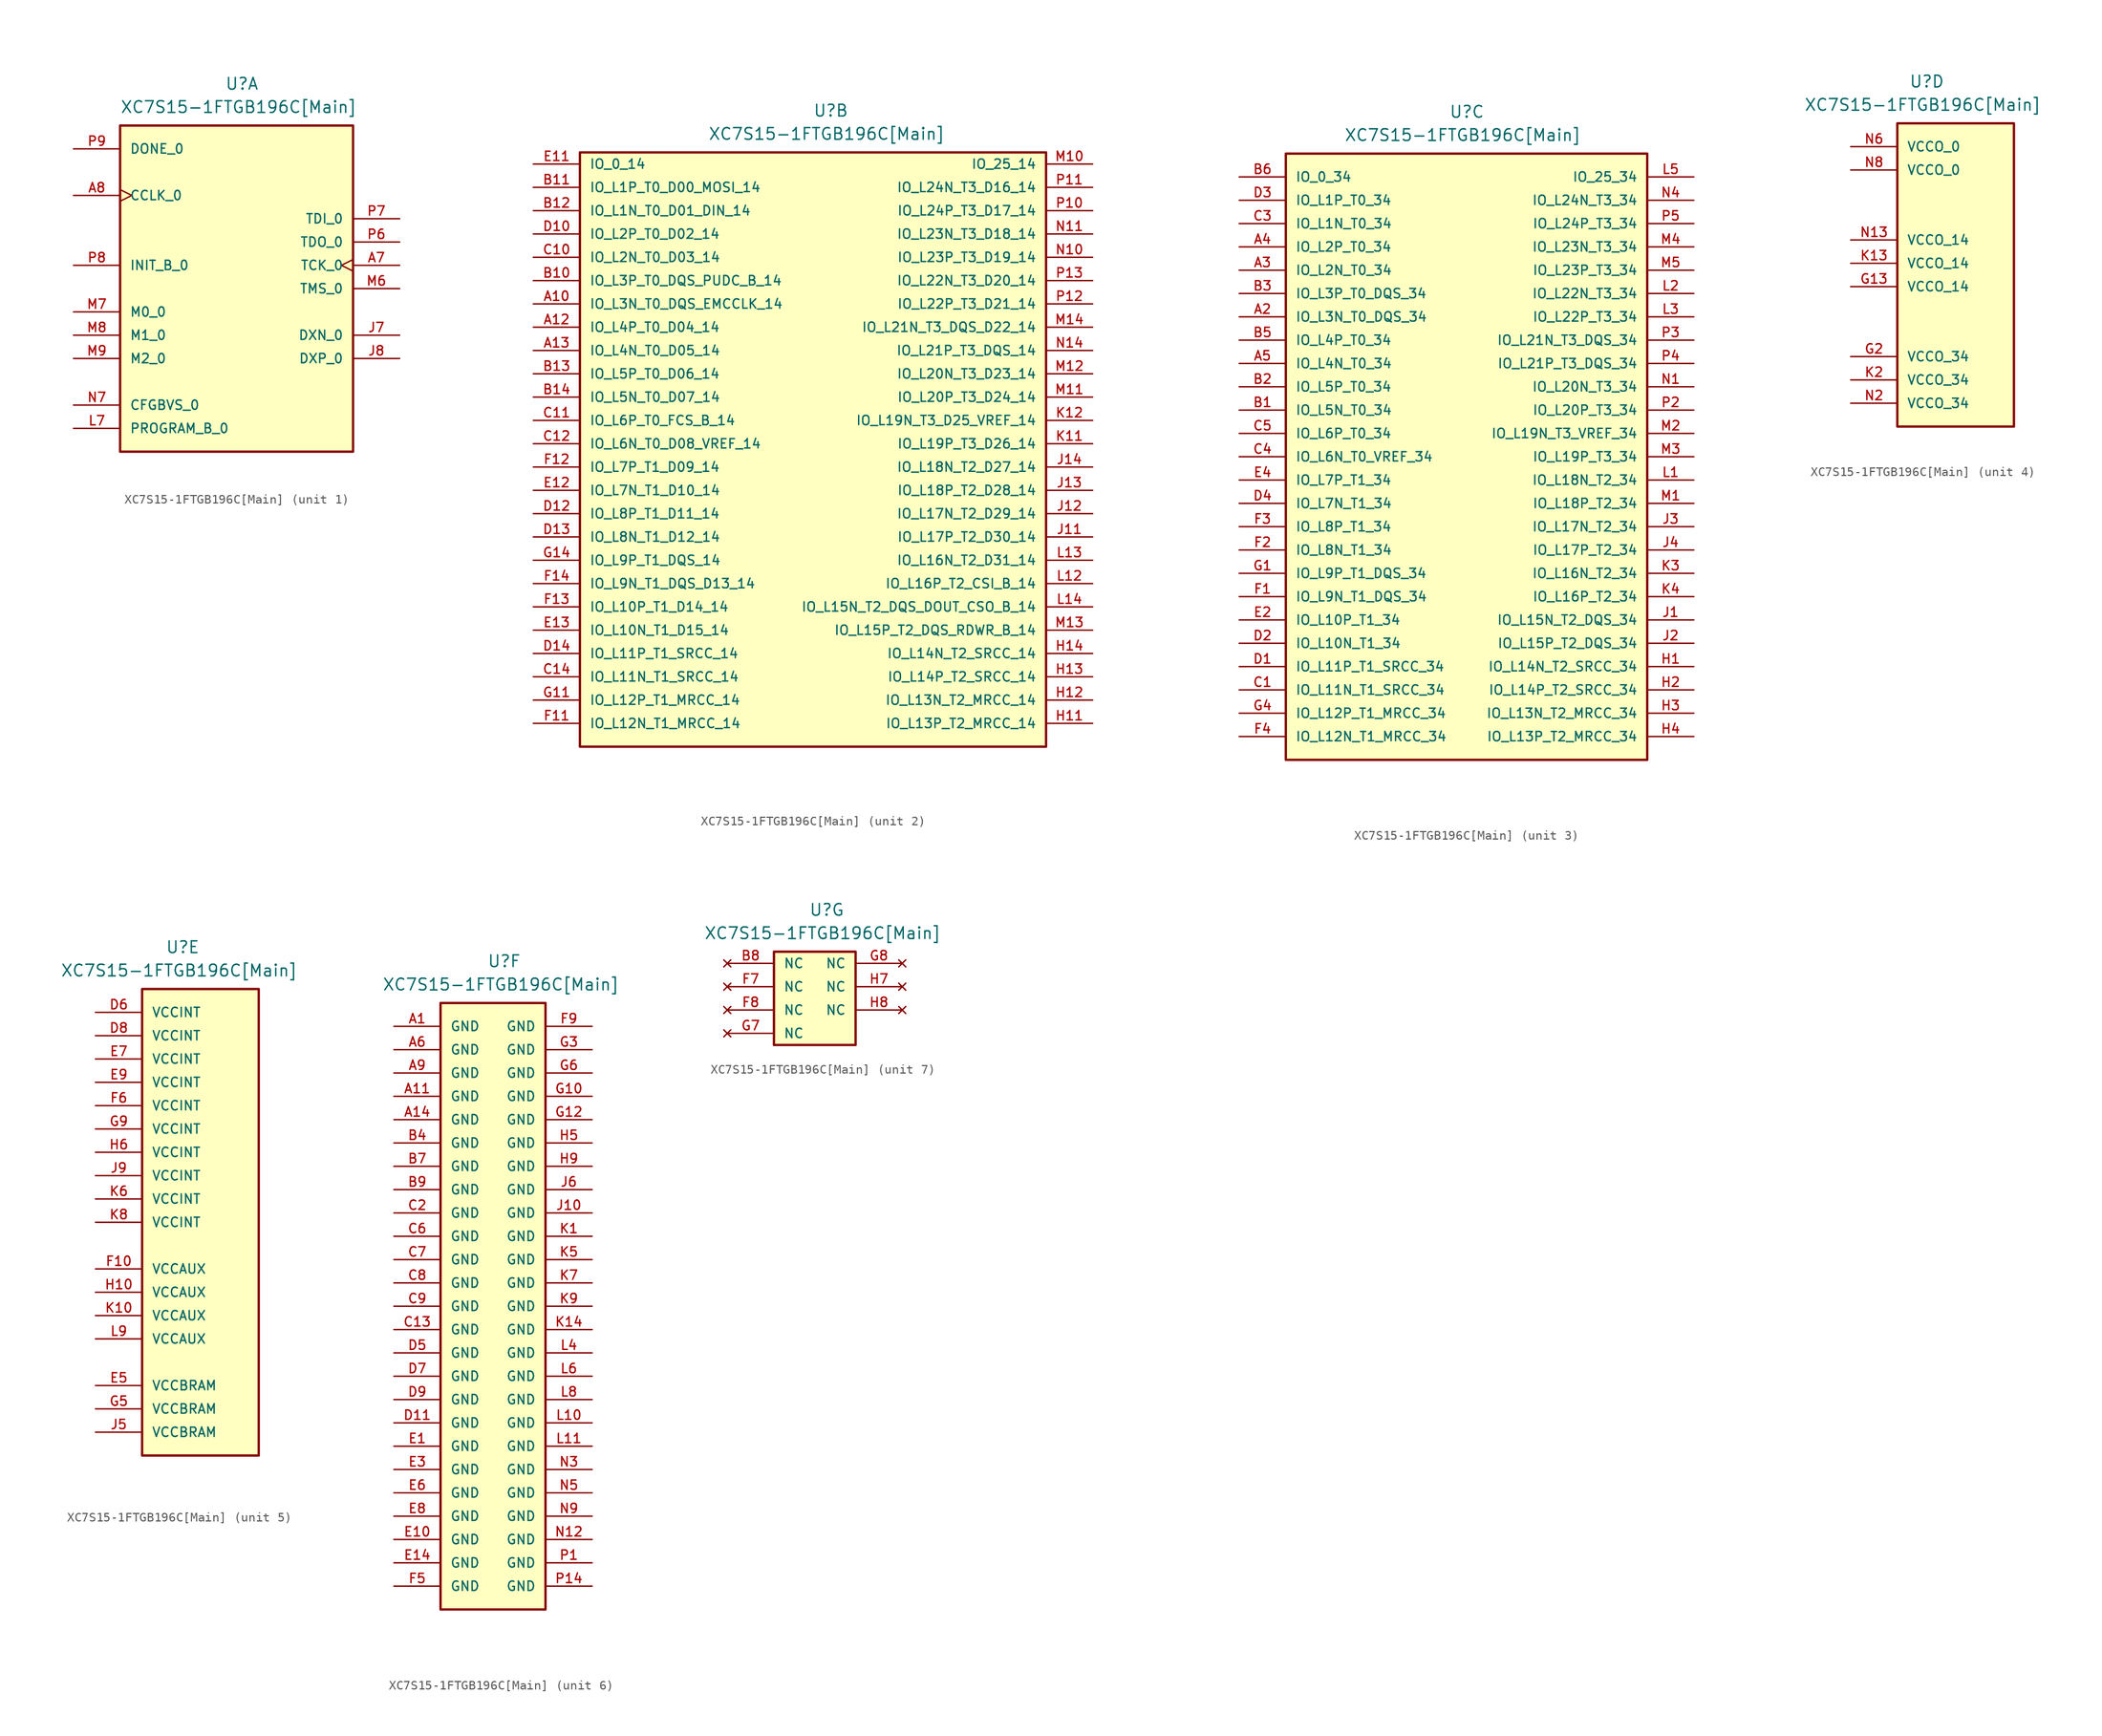
<source format=kicad_sym>
(kicad_symbol_lib
  (version 20211014)
  (generator kicad_symbol_editor)
  (symbol "XC7S15-1FTGB196C[Main]"
    (pin_names
      (offset 1.016))
    (property "Reference" "U"
      (at -1.27 36.83 0)
      (effects (font (size 1.27 1.27)) (justify left bottom)))
    (property "Value" "XC7S15-1FTGB196C[Main]"
      (at -12.7 34.29 0)
      (effects (font (size 1.27 1.27)) (justify left bottom)))
    (property "ki_locked" ""
      (at 0 0 0)
      (effects (font (size 1.27 1.27))))
    (symbol "XC7S15-1FTGB196C[Main]_1_0"
      (rectangle (start -12.7 -2.54) (end 12.7 33.02) (stroke (width 0.254) (type default) (color 0 0 0 0)) (fill (type background)))
      (pin input clock (at 17.78 17.78 180) (length 5.08) (name "TCK_0" (effects (font (size 1.016 1.016)))) (number "A7" (effects (font (size 1.016 1.016)))))
      (pin bidirectional clock (at -17.78 25.4 0) (length 5.08) (name "CCLK_0" (effects (font (size 1.016 1.016)))) (number "A8" (effects (font (size 1.016 1.016)))))
      (pin bidirectional line (at 17.78 10.16 180) (length 5.08) (name "DXN_0" (effects (font (size 1.016 1.016)))) (number "J7" (effects (font (size 1.016 1.016)))))
      (pin bidirectional line (at 17.78 7.62 180) (length 5.08) (name "DXP_0" (effects (font (size 1.016 1.016)))) (number "J8" (effects (font (size 1.016 1.016)))))
      (pin bidirectional line (at -17.78 0 0) (length 5.08) (name "PROGRAM_B_0" (effects (font (size 1.016 1.016)))) (number "L7" (effects (font (size 1.016 1.016)))))
      (pin input line (at 17.78 15.24 180) (length 5.08) (name "TMS_0" (effects (font (size 1.016 1.016)))) (number "M6" (effects (font (size 1.016 1.016)))))
      (pin bidirectional line (at -17.78 12.7 0) (length 5.08) (name "M0_0" (effects (font (size 1.016 1.016)))) (number "M7" (effects (font (size 1.016 1.016)))))
      (pin bidirectional line (at -17.78 10.16 0) (length 5.08) (name "M1_0" (effects (font (size 1.016 1.016)))) (number "M8" (effects (font (size 1.016 1.016)))))
      (pin bidirectional line (at -17.78 7.62 0) (length 5.08) (name "M2_0" (effects (font (size 1.016 1.016)))) (number "M9" (effects (font (size 1.016 1.016)))))
      (pin bidirectional line (at -17.78 2.54 0) (length 5.08) (name "CFGBVS_0" (effects (font (size 1.016 1.016)))) (number "N7" (effects (font (size 1.016 1.016)))))
      (pin output line (at 17.78 20.32 180) (length 5.08) (name "TDO_0" (effects (font (size 1.016 1.016)))) (number "P6" (effects (font (size 1.016 1.016)))))
      (pin input line (at 17.78 22.86 180) (length 5.08) (name "TDI_0" (effects (font (size 1.016 1.016)))) (number "P7" (effects (font (size 1.016 1.016)))))
      (pin bidirectional line (at -17.78 17.78 0) (length 5.08) (name "INIT_B_0" (effects (font (size 1.016 1.016)))) (number "P8" (effects (font (size 1.016 1.016)))))
      (pin bidirectional line (at -17.78 30.48 0) (length 5.08) (name "DONE_0" (effects (font (size 1.016 1.016)))) (number "P9" (effects (font (size 1.016 1.016))))))
    (symbol "XC7S15-1FTGB196C[Main]_2_0"
      (rectangle (start -26.67 33.02) (end 24.13 -31.75) (stroke (width 0.254) (type default) (color 0 0 0 0)) (fill (type background)))
      (pin bidirectional line (at -31.75 16.51 0) (length 5.08) (name "IO_L3N_T0_DQS_EMCCLK_14" (effects (font (size 1.016 1.016)))) (number "A10" (effects (font (size 1.016 1.016)))))
      (pin bidirectional line (at -31.75 13.97 0) (length 5.08) (name "IO_L4P_T0_D04_14" (effects (font (size 1.016 1.016)))) (number "A12" (effects (font (size 1.016 1.016)))))
      (pin bidirectional line (at -31.75 11.43 0) (length 5.08) (name "IO_L4N_T0_D05_14" (effects (font (size 1.016 1.016)))) (number "A13" (effects (font (size 1.016 1.016)))))
      (pin bidirectional line (at -31.75 19.05 0) (length 5.08) (name "IO_L3P_T0_DQS_PUDC_B_14" (effects (font (size 1.016 1.016)))) (number "B10" (effects (font (size 1.016 1.016)))))
      (pin bidirectional line (at -31.75 29.21 0) (length 5.08) (name "IO_L1P_T0_D00_MOSI_14" (effects (font (size 1.016 1.016)))) (number "B11" (effects (font (size 1.016 1.016)))))
      (pin bidirectional line (at -31.75 26.67 0) (length 5.08) (name "IO_L1N_T0_D01_DIN_14" (effects (font (size 1.016 1.016)))) (number "B12" (effects (font (size 1.016 1.016)))))
      (pin bidirectional line (at -31.75 8.89 0) (length 5.08) (name "IO_L5P_T0_D06_14" (effects (font (size 1.016 1.016)))) (number "B13" (effects (font (size 1.016 1.016)))))
      (pin bidirectional line (at -31.75 6.35 0) (length 5.08) (name "IO_L5N_T0_D07_14" (effects (font (size 1.016 1.016)))) (number "B14" (effects (font (size 1.016 1.016)))))
      (pin bidirectional line (at -31.75 21.59 0) (length 5.08) (name "IO_L2N_T0_D03_14" (effects (font (size 1.016 1.016)))) (number "C10" (effects (font (size 1.016 1.016)))))
      (pin bidirectional line (at -31.75 3.81 0) (length 5.08) (name "IO_L6P_T0_FCS_B_14" (effects (font (size 1.016 1.016)))) (number "C11" (effects (font (size 1.016 1.016)))))
      (pin bidirectional line (at -31.75 1.27 0) (length 5.08) (name "IO_L6N_T0_D08_VREF_14" (effects (font (size 1.016 1.016)))) (number "C12" (effects (font (size 1.016 1.016)))))
      (pin bidirectional line (at -31.75 -24.13 0) (length 5.08) (name "IO_L11N_T1_SRCC_14" (effects (font (size 1.016 1.016)))) (number "C14" (effects (font (size 1.016 1.016)))))
      (pin bidirectional line (at -31.75 24.13 0) (length 5.08) (name "IO_L2P_T0_D02_14" (effects (font (size 1.016 1.016)))) (number "D10" (effects (font (size 1.016 1.016)))))
      (pin bidirectional line (at -31.75 -6.35 0) (length 5.08) (name "IO_L8P_T1_D11_14" (effects (font (size 1.016 1.016)))) (number "D12" (effects (font (size 1.016 1.016)))))
      (pin bidirectional line (at -31.75 -8.89 0) (length 5.08) (name "IO_L8N_T1_D12_14" (effects (font (size 1.016 1.016)))) (number "D13" (effects (font (size 1.016 1.016)))))
      (pin bidirectional line (at -31.75 -21.59 0) (length 5.08) (name "IO_L11P_T1_SRCC_14" (effects (font (size 1.016 1.016)))) (number "D14" (effects (font (size 1.016 1.016)))))
      (pin bidirectional line (at -31.75 31.75 0) (length 5.08) (name "IO_0_14" (effects (font (size 1.016 1.016)))) (number "E11" (effects (font (size 1.016 1.016)))))
      (pin bidirectional line (at -31.75 -3.81 0) (length 5.08) (name "IO_L7N_T1_D10_14" (effects (font (size 1.016 1.016)))) (number "E12" (effects (font (size 1.016 1.016)))))
      (pin bidirectional line (at -31.75 -19.05 0) (length 5.08) (name "IO_L10N_T1_D15_14" (effects (font (size 1.016 1.016)))) (number "E13" (effects (font (size 1.016 1.016)))))
      (pin bidirectional line (at -31.75 -29.21 0) (length 5.08) (name "IO_L12N_T1_MRCC_14" (effects (font (size 1.016 1.016)))) (number "F11" (effects (font (size 1.016 1.016)))))
      (pin bidirectional line (at -31.75 -1.27 0) (length 5.08) (name "IO_L7P_T1_D09_14" (effects (font (size 1.016 1.016)))) (number "F12" (effects (font (size 1.016 1.016)))))
      (pin bidirectional line (at -31.75 -16.51 0) (length 5.08) (name "IO_L10P_T1_D14_14" (effects (font (size 1.016 1.016)))) (number "F13" (effects (font (size 1.016 1.016)))))
      (pin bidirectional line (at -31.75 -13.97 0) (length 5.08) (name "IO_L9N_T1_DQS_D13_14" (effects (font (size 1.016 1.016)))) (number "F14" (effects (font (size 1.016 1.016)))))
      (pin bidirectional line (at -31.75 -26.67 0) (length 5.08) (name "IO_L12P_T1_MRCC_14" (effects (font (size 1.016 1.016)))) (number "G11" (effects (font (size 1.016 1.016)))))
      (pin bidirectional line (at -31.75 -11.43 0) (length 5.08) (name "IO_L9P_T1_DQS_14" (effects (font (size 1.016 1.016)))) (number "G14" (effects (font (size 1.016 1.016)))))
      (pin bidirectional line (at 29.21 -29.21 180) (length 5.08) (name "IO_L13P_T2_MRCC_14" (effects (font (size 1.016 1.016)))) (number "H11" (effects (font (size 1.016 1.016)))))
      (pin bidirectional line (at 29.21 -26.67 180) (length 5.08) (name "IO_L13N_T2_MRCC_14" (effects (font (size 1.016 1.016)))) (number "H12" (effects (font (size 1.016 1.016)))))
      (pin bidirectional line (at 29.21 -24.13 180) (length 5.08) (name "IO_L14P_T2_SRCC_14" (effects (font (size 1.016 1.016)))) (number "H13" (effects (font (size 1.016 1.016)))))
      (pin bidirectional line (at 29.21 -21.59 180) (length 5.08) (name "IO_L14N_T2_SRCC_14" (effects (font (size 1.016 1.016)))) (number "H14" (effects (font (size 1.016 1.016)))))
      (pin bidirectional line (at 29.21 -8.89 180) (length 5.08) (name "IO_L17P_T2_D30_14" (effects (font (size 1.016 1.016)))) (number "J11" (effects (font (size 1.016 1.016)))))
      (pin bidirectional line (at 29.21 -6.35 180) (length 5.08) (name "IO_L17N_T2_D29_14" (effects (font (size 1.016 1.016)))) (number "J12" (effects (font (size 1.016 1.016)))))
      (pin bidirectional line (at 29.21 -3.81 180) (length 5.08) (name "IO_L18P_T2_D28_14" (effects (font (size 1.016 1.016)))) (number "J13" (effects (font (size 1.016 1.016)))))
      (pin bidirectional line (at 29.21 -1.27 180) (length 5.08) (name "IO_L18N_T2_D27_14" (effects (font (size 1.016 1.016)))) (number "J14" (effects (font (size 1.016 1.016)))))
      (pin bidirectional line (at 29.21 1.27 180) (length 5.08) (name "IO_L19P_T3_D26_14" (effects (font (size 1.016 1.016)))) (number "K11" (effects (font (size 1.016 1.016)))))
      (pin bidirectional line (at 29.21 3.81 180) (length 5.08) (name "IO_L19N_T3_D25_VREF_14" (effects (font (size 1.016 1.016)))) (number "K12" (effects (font (size 1.016 1.016)))))
      (pin bidirectional line (at 29.21 -13.97 180) (length 5.08) (name "IO_L16P_T2_CSI_B_14" (effects (font (size 1.016 1.016)))) (number "L12" (effects (font (size 1.016 1.016)))))
      (pin bidirectional line (at 29.21 -11.43 180) (length 5.08) (name "IO_L16N_T2_D31_14" (effects (font (size 1.016 1.016)))) (number "L13" (effects (font (size 1.016 1.016)))))
      (pin bidirectional line (at 29.21 -16.51 180) (length 5.08) (name "IO_L15N_T2_DQS_DOUT_CSO_B_14" (effects (font (size 1.016 1.016)))) (number "L14" (effects (font (size 1.016 1.016)))))
      (pin bidirectional line (at 29.21 31.75 180) (length 5.08) (name "IO_25_14" (effects (font (size 1.016 1.016)))) (number "M10" (effects (font (size 1.016 1.016)))))
      (pin bidirectional line (at 29.21 6.35 180) (length 5.08) (name "IO_L20P_T3_D24_14" (effects (font (size 1.016 1.016)))) (number "M11" (effects (font (size 1.016 1.016)))))
      (pin bidirectional line (at 29.21 8.89 180) (length 5.08) (name "IO_L20N_T3_D23_14" (effects (font (size 1.016 1.016)))) (number "M12" (effects (font (size 1.016 1.016)))))
      (pin bidirectional line (at 29.21 -19.05 180) (length 5.08) (name "IO_L15P_T2_DQS_RDWR_B_14" (effects (font (size 1.016 1.016)))) (number "M13" (effects (font (size 1.016 1.016)))))
      (pin bidirectional line (at 29.21 13.97 180) (length 5.08) (name "IO_L21N_T3_DQS_D22_14" (effects (font (size 1.016 1.016)))) (number "M14" (effects (font (size 1.016 1.016)))))
      (pin bidirectional line (at 29.21 21.59 180) (length 5.08) (name "IO_L23P_T3_D19_14" (effects (font (size 1.016 1.016)))) (number "N10" (effects (font (size 1.016 1.016)))))
      (pin bidirectional line (at 29.21 24.13 180) (length 5.08) (name "IO_L23N_T3_D18_14" (effects (font (size 1.016 1.016)))) (number "N11" (effects (font (size 1.016 1.016)))))
      (pin bidirectional line (at 29.21 11.43 180) (length 5.08) (name "IO_L21P_T3_DQS_14" (effects (font (size 1.016 1.016)))) (number "N14" (effects (font (size 1.016 1.016)))))
      (pin bidirectional line (at 29.21 26.67 180) (length 5.08) (name "IO_L24P_T3_D17_14" (effects (font (size 1.016 1.016)))) (number "P10" (effects (font (size 1.016 1.016)))))
      (pin bidirectional line (at 29.21 29.21 180) (length 5.08) (name "IO_L24N_T3_D16_14" (effects (font (size 1.016 1.016)))) (number "P11" (effects (font (size 1.016 1.016)))))
      (pin bidirectional line (at 29.21 16.51 180) (length 5.08) (name "IO_L22P_T3_D21_14" (effects (font (size 1.016 1.016)))) (number "P12" (effects (font (size 1.016 1.016)))))
      (pin bidirectional line (at 29.21 19.05 180) (length 5.08) (name "IO_L22N_T3_D20_14" (effects (font (size 1.016 1.016)))) (number "P13" (effects (font (size 1.016 1.016))))))
    (symbol "XC7S15-1FTGB196C[Main]_3_0"
      (rectangle (start -19.05 33.02) (end 20.32 -33.02) (stroke (width 0.254) (type default) (color 0 0 0 0)) (fill (type background)))
      (pin bidirectional line (at -24.13 15.24 0) (length 5.08) (name "IO_L3N_T0_DQS_34" (effects (font (size 1.016 1.016)))) (number "A2" (effects (font (size 1.016 1.016)))))
      (pin bidirectional line (at -24.13 20.32 0) (length 5.08) (name "IO_L2N_T0_34" (effects (font (size 1.016 1.016)))) (number "A3" (effects (font (size 1.016 1.016)))))
      (pin bidirectional line (at -24.13 22.86 0) (length 5.08) (name "IO_L2P_T0_34" (effects (font (size 1.016 1.016)))) (number "A4" (effects (font (size 1.016 1.016)))))
      (pin bidirectional line (at -24.13 10.16 0) (length 5.08) (name "IO_L4N_T0_34" (effects (font (size 1.016 1.016)))) (number "A5" (effects (font (size 1.016 1.016)))))
      (pin bidirectional line (at -24.13 5.08 0) (length 5.08) (name "IO_L5N_T0_34" (effects (font (size 1.016 1.016)))) (number "B1" (effects (font (size 1.016 1.016)))))
      (pin bidirectional line (at -24.13 7.62 0) (length 5.08) (name "IO_L5P_T0_34" (effects (font (size 1.016 1.016)))) (number "B2" (effects (font (size 1.016 1.016)))))
      (pin bidirectional line (at -24.13 17.78 0) (length 5.08) (name "IO_L3P_T0_DQS_34" (effects (font (size 1.016 1.016)))) (number "B3" (effects (font (size 1.016 1.016)))))
      (pin bidirectional line (at -24.13 12.7 0) (length 5.08) (name "IO_L4P_T0_34" (effects (font (size 1.016 1.016)))) (number "B5" (effects (font (size 1.016 1.016)))))
      (pin bidirectional line (at -24.13 30.48 0) (length 5.08) (name "IO_0_34" (effects (font (size 1.016 1.016)))) (number "B6" (effects (font (size 1.016 1.016)))))
      (pin bidirectional line (at -24.13 -25.4 0) (length 5.08) (name "IO_L11N_T1_SRCC_34" (effects (font (size 1.016 1.016)))) (number "C1" (effects (font (size 1.016 1.016)))))
      (pin bidirectional line (at -24.13 25.4 0) (length 5.08) (name "IO_L1N_T0_34" (effects (font (size 1.016 1.016)))) (number "C3" (effects (font (size 1.016 1.016)))))
      (pin bidirectional line (at -24.13 0 0) (length 5.08) (name "IO_L6N_T0_VREF_34" (effects (font (size 1.016 1.016)))) (number "C4" (effects (font (size 1.016 1.016)))))
      (pin bidirectional line (at -24.13 2.54 0) (length 5.08) (name "IO_L6P_T0_34" (effects (font (size 1.016 1.016)))) (number "C5" (effects (font (size 1.016 1.016)))))
      (pin bidirectional line (at -24.13 -22.86 0) (length 5.08) (name "IO_L11P_T1_SRCC_34" (effects (font (size 1.016 1.016)))) (number "D1" (effects (font (size 1.016 1.016)))))
      (pin bidirectional line (at -24.13 -20.32 0) (length 5.08) (name "IO_L10N_T1_34" (effects (font (size 1.016 1.016)))) (number "D2" (effects (font (size 1.016 1.016)))))
      (pin bidirectional line (at -24.13 27.94 0) (length 5.08) (name "IO_L1P_T0_34" (effects (font (size 1.016 1.016)))) (number "D3" (effects (font (size 1.016 1.016)))))
      (pin bidirectional line (at -24.13 -5.08 0) (length 5.08) (name "IO_L7N_T1_34" (effects (font (size 1.016 1.016)))) (number "D4" (effects (font (size 1.016 1.016)))))
      (pin bidirectional line (at -24.13 -17.78 0) (length 5.08) (name "IO_L10P_T1_34" (effects (font (size 1.016 1.016)))) (number "E2" (effects (font (size 1.016 1.016)))))
      (pin bidirectional line (at -24.13 -2.54 0) (length 5.08) (name "IO_L7P_T1_34" (effects (font (size 1.016 1.016)))) (number "E4" (effects (font (size 1.016 1.016)))))
      (pin bidirectional line (at -24.13 -15.24 0) (length 5.08) (name "IO_L9N_T1_DQS_34" (effects (font (size 1.016 1.016)))) (number "F1" (effects (font (size 1.016 1.016)))))
      (pin bidirectional line (at -24.13 -10.16 0) (length 5.08) (name "IO_L8N_T1_34" (effects (font (size 1.016 1.016)))) (number "F2" (effects (font (size 1.016 1.016)))))
      (pin bidirectional line (at -24.13 -7.62 0) (length 5.08) (name "IO_L8P_T1_34" (effects (font (size 1.016 1.016)))) (number "F3" (effects (font (size 1.016 1.016)))))
      (pin bidirectional line (at -24.13 -30.48 0) (length 5.08) (name "IO_L12N_T1_MRCC_34" (effects (font (size 1.016 1.016)))) (number "F4" (effects (font (size 1.016 1.016)))))
      (pin bidirectional line (at -24.13 -12.7 0) (length 5.08) (name "IO_L9P_T1_DQS_34" (effects (font (size 1.016 1.016)))) (number "G1" (effects (font (size 1.016 1.016)))))
      (pin bidirectional line (at -24.13 -27.94 0) (length 5.08) (name "IO_L12P_T1_MRCC_34" (effects (font (size 1.016 1.016)))) (number "G4" (effects (font (size 1.016 1.016)))))
      (pin bidirectional line (at 25.4 -22.86 180) (length 5.08) (name "IO_L14N_T2_SRCC_34" (effects (font (size 1.016 1.016)))) (number "H1" (effects (font (size 1.016 1.016)))))
      (pin bidirectional line (at 25.4 -25.4 180) (length 5.08) (name "IO_L14P_T2_SRCC_34" (effects (font (size 1.016 1.016)))) (number "H2" (effects (font (size 1.016 1.016)))))
      (pin bidirectional line (at 25.4 -27.94 180) (length 5.08) (name "IO_L13N_T2_MRCC_34" (effects (font (size 1.016 1.016)))) (number "H3" (effects (font (size 1.016 1.016)))))
      (pin bidirectional line (at 25.4 -30.48 180) (length 5.08) (name "IO_L13P_T2_MRCC_34" (effects (font (size 1.016 1.016)))) (number "H4" (effects (font (size 1.016 1.016)))))
      (pin bidirectional line (at 25.4 -17.78 180) (length 5.08) (name "IO_L15N_T2_DQS_34" (effects (font (size 1.016 1.016)))) (number "J1" (effects (font (size 1.016 1.016)))))
      (pin bidirectional line (at 25.4 -20.32 180) (length 5.08) (name "IO_L15P_T2_DQS_34" (effects (font (size 1.016 1.016)))) (number "J2" (effects (font (size 1.016 1.016)))))
      (pin bidirectional line (at 25.4 -7.62 180) (length 5.08) (name "IO_L17N_T2_34" (effects (font (size 1.016 1.016)))) (number "J3" (effects (font (size 1.016 1.016)))))
      (pin bidirectional line (at 25.4 -10.16 180) (length 5.08) (name "IO_L17P_T2_34" (effects (font (size 1.016 1.016)))) (number "J4" (effects (font (size 1.016 1.016)))))
      (pin bidirectional line (at 25.4 -12.7 180) (length 5.08) (name "IO_L16N_T2_34" (effects (font (size 1.016 1.016)))) (number "K3" (effects (font (size 1.016 1.016)))))
      (pin bidirectional line (at 25.4 -15.24 180) (length 5.08) (name "IO_L16P_T2_34" (effects (font (size 1.016 1.016)))) (number "K4" (effects (font (size 1.016 1.016)))))
      (pin bidirectional line (at 25.4 -2.54 180) (length 5.08) (name "IO_L18N_T2_34" (effects (font (size 1.016 1.016)))) (number "L1" (effects (font (size 1.016 1.016)))))
      (pin bidirectional line (at 25.4 17.78 180) (length 5.08) (name "IO_L22N_T3_34" (effects (font (size 1.016 1.016)))) (number "L2" (effects (font (size 1.016 1.016)))))
      (pin bidirectional line (at 25.4 15.24 180) (length 5.08) (name "IO_L22P_T3_34" (effects (font (size 1.016 1.016)))) (number "L3" (effects (font (size 1.016 1.016)))))
      (pin bidirectional line (at 25.4 30.48 180) (length 5.08) (name "IO_25_34" (effects (font (size 1.016 1.016)))) (number "L5" (effects (font (size 1.016 1.016)))))
      (pin bidirectional line (at 25.4 -5.08 180) (length 5.08) (name "IO_L18P_T2_34" (effects (font (size 1.016 1.016)))) (number "M1" (effects (font (size 1.016 1.016)))))
      (pin bidirectional line (at 25.4 2.54 180) (length 5.08) (name "IO_L19N_T3_VREF_34" (effects (font (size 1.016 1.016)))) (number "M2" (effects (font (size 1.016 1.016)))))
      (pin bidirectional line (at 25.4 0 180) (length 5.08) (name "IO_L19P_T3_34" (effects (font (size 1.016 1.016)))) (number "M3" (effects (font (size 1.016 1.016)))))
      (pin bidirectional line (at 25.4 22.86 180) (length 5.08) (name "IO_L23N_T3_34" (effects (font (size 1.016 1.016)))) (number "M4" (effects (font (size 1.016 1.016)))))
      (pin bidirectional line (at 25.4 20.32 180) (length 5.08) (name "IO_L23P_T3_34" (effects (font (size 1.016 1.016)))) (number "M5" (effects (font (size 1.016 1.016)))))
      (pin bidirectional line (at 25.4 7.62 180) (length 5.08) (name "IO_L20N_T3_34" (effects (font (size 1.016 1.016)))) (number "N1" (effects (font (size 1.016 1.016)))))
      (pin bidirectional line (at 25.4 27.94 180) (length 5.08) (name "IO_L24N_T3_34" (effects (font (size 1.016 1.016)))) (number "N4" (effects (font (size 1.016 1.016)))))
      (pin bidirectional line (at 25.4 5.08 180) (length 5.08) (name "IO_L20P_T3_34" (effects (font (size 1.016 1.016)))) (number "P2" (effects (font (size 1.016 1.016)))))
      (pin bidirectional line (at 25.4 12.7 180) (length 5.08) (name "IO_L21N_T3_DQS_34" (effects (font (size 1.016 1.016)))) (number "P3" (effects (font (size 1.016 1.016)))))
      (pin bidirectional line (at 25.4 10.16 180) (length 5.08) (name "IO_L21P_T3_DQS_34" (effects (font (size 1.016 1.016)))) (number "P4" (effects (font (size 1.016 1.016)))))
      (pin bidirectional line (at 25.4 25.4 180) (length 5.08) (name "IO_L24P_T3_34" (effects (font (size 1.016 1.016)))) (number "P5" (effects (font (size 1.016 1.016))))))
    (symbol "XC7S15-1FTGB196C[Main]_4_0"
      (rectangle (start -2.54 33.02) (end 10.16 0) (stroke (width 0.254) (type default) (color 0 0 0 0)) (fill (type background)))
      (pin power_in line (at -7.62 15.24 0) (length 5.08) (name "VCCO_14" (effects (font (size 1.016 1.016)))) (number "G13" (effects (font (size 1.016 1.016)))))
      (pin power_in line (at -7.62 7.62 0) (length 5.08) (name "VCCO_34" (effects (font (size 1.016 1.016)))) (number "G2" (effects (font (size 1.016 1.016)))))
      (pin power_in line (at -7.62 17.78 0) (length 5.08) (name "VCCO_14" (effects (font (size 1.016 1.016)))) (number "K13" (effects (font (size 1.016 1.016)))))
      (pin power_in line (at -7.62 5.08 0) (length 5.08) (name "VCCO_34" (effects (font (size 1.016 1.016)))) (number "K2" (effects (font (size 1.016 1.016)))))
      (pin power_in line (at -7.62 20.32 0) (length 5.08) (name "VCCO_14" (effects (font (size 1.016 1.016)))) (number "N13" (effects (font (size 1.016 1.016)))))
      (pin power_in line (at -7.62 2.54 0) (length 5.08) (name "VCCO_34" (effects (font (size 1.016 1.016)))) (number "N2" (effects (font (size 1.016 1.016)))))
      (pin power_in line (at -7.62 30.48 0) (length 5.08) (name "VCCO_0" (effects (font (size 1.016 1.016)))) (number "N6" (effects (font (size 1.016 1.016)))))
      (pin power_in line (at -7.62 27.94 0) (length 5.08) (name "VCCO_0" (effects (font (size 1.016 1.016)))) (number "N8" (effects (font (size 1.016 1.016))))))
    (symbol "XC7S15-1FTGB196C[Main]_5_0"
      (rectangle (start -3.81 33.02) (end 8.89 -17.78) (stroke (width 0.254) (type default) (color 0 0 0 0)) (fill (type background)))
      (pin power_in line (at -8.89 30.48 0) (length 5.08) (name "VCCINT" (effects (font (size 1.016 1.016)))) (number "D6" (effects (font (size 1.016 1.016)))))
      (pin power_in line (at -8.89 27.94 0) (length 5.08) (name "VCCINT" (effects (font (size 1.016 1.016)))) (number "D8" (effects (font (size 1.016 1.016)))))
      (pin power_in line (at -8.89 -10.16 0) (length 5.08) (name "VCCBRAM" (effects (font (size 1.016 1.016)))) (number "E5" (effects (font (size 1.016 1.016)))))
      (pin power_in line (at -8.89 25.4 0) (length 5.08) (name "VCCINT" (effects (font (size 1.016 1.016)))) (number "E7" (effects (font (size 1.016 1.016)))))
      (pin power_in line (at -8.89 22.86 0) (length 5.08) (name "VCCINT" (effects (font (size 1.016 1.016)))) (number "E9" (effects (font (size 1.016 1.016)))))
      (pin power_in line (at -8.89 2.54 0) (length 5.08) (name "VCCAUX" (effects (font (size 1.016 1.016)))) (number "F10" (effects (font (size 1.016 1.016)))))
      (pin power_in line (at -8.89 20.32 0) (length 5.08) (name "VCCINT" (effects (font (size 1.016 1.016)))) (number "F6" (effects (font (size 1.016 1.016)))))
      (pin power_in line (at -8.89 -12.7 0) (length 5.08) (name "VCCBRAM" (effects (font (size 1.016 1.016)))) (number "G5" (effects (font (size 1.016 1.016)))))
      (pin power_in line (at -8.89 17.78 0) (length 5.08) (name "VCCINT" (effects (font (size 1.016 1.016)))) (number "G9" (effects (font (size 1.016 1.016)))))
      (pin power_in line (at -8.89 0 0) (length 5.08) (name "VCCAUX" (effects (font (size 1.016 1.016)))) (number "H10" (effects (font (size 1.016 1.016)))))
      (pin power_in line (at -8.89 15.24 0) (length 5.08) (name "VCCINT" (effects (font (size 1.016 1.016)))) (number "H6" (effects (font (size 1.016 1.016)))))
      (pin power_in line (at -8.89 -15.24 0) (length 5.08) (name "VCCBRAM" (effects (font (size 1.016 1.016)))) (number "J5" (effects (font (size 1.016 1.016)))))
      (pin power_in line (at -8.89 12.7 0) (length 5.08) (name "VCCINT" (effects (font (size 1.016 1.016)))) (number "J9" (effects (font (size 1.016 1.016)))))
      (pin power_in line (at -8.89 -2.54 0) (length 5.08) (name "VCCAUX" (effects (font (size 1.016 1.016)))) (number "K10" (effects (font (size 1.016 1.016)))))
      (pin power_in line (at -8.89 10.16 0) (length 5.08) (name "VCCINT" (effects (font (size 1.016 1.016)))) (number "K6" (effects (font (size 1.016 1.016)))))
      (pin power_in line (at -8.89 7.62 0) (length 5.08) (name "VCCINT" (effects (font (size 1.016 1.016)))) (number "K8" (effects (font (size 1.016 1.016)))))
      (pin power_in line (at -8.89 -5.08 0) (length 5.08) (name "VCCAUX" (effects (font (size 1.016 1.016)))) (number "L9" (effects (font (size 1.016 1.016))))))
    (symbol "XC7S15-1FTGB196C[Main]_6_0"
      (rectangle (start -6.35 33.02) (end 5.08 -33.02) (stroke (width 0.254) (type default) (color 0 0 0 0)) (fill (type background))))
    (symbol "XC7S15-1FTGB196C[Main]_6_1"
      (pin power_in line (at -11.43 30.48 0) (length 5.08) (name "GND" (effects (font (size 1.016 1.016)))) (number "A1" (effects (font (size 1.016 1.016)))))
      (pin power_in line (at -11.43 22.86 0) (length 5.08) (name "GND" (effects (font (size 1.016 1.016)))) (number "A11" (effects (font (size 1.016 1.016)))))
      (pin power_in line (at -11.43 20.32 0) (length 5.08) (name "GND" (effects (font (size 1.016 1.016)))) (number "A14" (effects (font (size 1.016 1.016)))))
      (pin power_in line (at -11.43 27.94 0) (length 5.08) (name "GND" (effects (font (size 1.016 1.016)))) (number "A6" (effects (font (size 1.016 1.016)))))
      (pin power_in line (at -11.43 25.4 0) (length 5.08) (name "GND" (effects (font (size 1.016 1.016)))) (number "A9" (effects (font (size 1.016 1.016)))))
      (pin power_in line (at -11.43 17.78 0) (length 5.08) (name "GND" (effects (font (size 1.016 1.016)))) (number "B4" (effects (font (size 1.016 1.016)))))
      (pin power_in line (at -11.43 15.24 0) (length 5.08) (name "GND" (effects (font (size 1.016 1.016)))) (number "B7" (effects (font (size 1.016 1.016)))))
      (pin power_in line (at -11.43 12.7 0) (length 5.08) (name "GND" (effects (font (size 1.016 1.016)))) (number "B9" (effects (font (size 1.016 1.016)))))
      (pin power_in line (at -11.43 -2.54 0) (length 5.08) (name "GND" (effects (font (size 1.016 1.016)))) (number "C13" (effects (font (size 1.016 1.016)))))
      (pin power_in line (at -11.43 10.16 0) (length 5.08) (name "GND" (effects (font (size 1.016 1.016)))) (number "C2" (effects (font (size 1.016 1.016)))))
      (pin power_in line (at -11.43 7.62 0) (length 5.08) (name "GND" (effects (font (size 1.016 1.016)))) (number "C6" (effects (font (size 1.016 1.016)))))
      (pin power_in line (at -11.43 5.08 0) (length 5.08) (name "GND" (effects (font (size 1.016 1.016)))) (number "C7" (effects (font (size 1.016 1.016)))))
      (pin power_in line (at -11.43 2.54 0) (length 5.08) (name "GND" (effects (font (size 1.016 1.016)))) (number "C8" (effects (font (size 1.016 1.016)))))
      (pin power_in line (at -11.43 0 0) (length 5.08) (name "GND" (effects (font (size 1.016 1.016)))) (number "C9" (effects (font (size 1.016 1.016)))))
      (pin power_in line (at -11.43 -12.7 0) (length 5.08) (name "GND" (effects (font (size 1.016 1.016)))) (number "D11" (effects (font (size 1.016 1.016)))))
      (pin power_in line (at -11.43 -5.08 0) (length 5.08) (name "GND" (effects (font (size 1.016 1.016)))) (number "D5" (effects (font (size 1.016 1.016)))))
      (pin power_in line (at -11.43 -7.62 0) (length 5.08) (name "GND" (effects (font (size 1.016 1.016)))) (number "D7" (effects (font (size 1.016 1.016)))))
      (pin power_in line (at -11.43 -10.16 0) (length 5.08) (name "GND" (effects (font (size 1.016 1.016)))) (number "D9" (effects (font (size 1.016 1.016)))))
      (pin power_in line (at -11.43 -15.24 0) (length 5.08) (name "GND" (effects (font (size 1.016 1.016)))) (number "E1" (effects (font (size 1.016 1.016)))))
      (pin power_in line (at -11.43 -25.4 0) (length 5.08) (name "GND" (effects (font (size 1.016 1.016)))) (number "E10" (effects (font (size 1.016 1.016)))))
      (pin power_in line (at -11.43 -27.94 0) (length 5.08) (name "GND" (effects (font (size 1.016 1.016)))) (number "E14" (effects (font (size 1.016 1.016)))))
      (pin power_in line (at -11.43 -17.78 0) (length 5.08) (name "GND" (effects (font (size 1.016 1.016)))) (number "E3" (effects (font (size 1.016 1.016)))))
      (pin power_in line (at -11.43 -20.32 0) (length 5.08) (name "GND" (effects (font (size 1.016 1.016)))) (number "E6" (effects (font (size 1.016 1.016)))))
      (pin power_in line (at -11.43 -22.86 0) (length 5.08) (name "GND" (effects (font (size 1.016 1.016)))) (number "E8" (effects (font (size 1.016 1.016)))))
      (pin power_in line (at -11.43 -30.48 0) (length 5.08) (name "GND" (effects (font (size 1.016 1.016)))) (number "F5" (effects (font (size 1.016 1.016)))))
      (pin power_in line (at 10.16 30.48 180) (length 5.08) (name "GND" (effects (font (size 1.016 1.016)))) (number "F9" (effects (font (size 1.016 1.016)))))
      (pin power_in line (at 10.16 22.86 180) (length 5.08) (name "GND" (effects (font (size 1.016 1.016)))) (number "G10" (effects (font (size 1.016 1.016)))))
      (pin power_in line (at 10.16 20.32 180) (length 5.08) (name "GND" (effects (font (size 1.016 1.016)))) (number "G12" (effects (font (size 1.016 1.016)))))
      (pin power_in line (at 10.16 27.94 180) (length 5.08) (name "GND" (effects (font (size 1.016 1.016)))) (number "G3" (effects (font (size 1.016 1.016)))))
      (pin power_in line (at 10.16 25.4 180) (length 5.08) (name "GND" (effects (font (size 1.016 1.016)))) (number "G6" (effects (font (size 1.016 1.016)))))
      (pin power_in line (at 10.16 17.78 180) (length 5.08) (name "GND" (effects (font (size 1.016 1.016)))) (number "H5" (effects (font (size 1.016 1.016)))))
      (pin power_in line (at 10.16 15.24 180) (length 5.08) (name "GND" (effects (font (size 1.016 1.016)))) (number "H9" (effects (font (size 1.016 1.016)))))
      (pin power_in line (at 10.16 10.16 180) (length 5.08) (name "GND" (effects (font (size 1.016 1.016)))) (number "J10" (effects (font (size 1.016 1.016)))))
      (pin power_in line (at 10.16 12.7 180) (length 5.08) (name "GND" (effects (font (size 1.016 1.016)))) (number "J6" (effects (font (size 1.016 1.016)))))
      (pin power_in line (at 10.16 7.62 180) (length 5.08) (name "GND" (effects (font (size 1.016 1.016)))) (number "K1" (effects (font (size 1.016 1.016)))))
      (pin power_in line (at 10.16 -2.54 180) (length 5.08) (name "GND" (effects (font (size 1.016 1.016)))) (number "K14" (effects (font (size 1.016 1.016)))))
      (pin power_in line (at 10.16 5.08 180) (length 5.08) (name "GND" (effects (font (size 1.016 1.016)))) (number "K5" (effects (font (size 1.016 1.016)))))
      (pin power_in line (at 10.16 2.54 180) (length 5.08) (name "GND" (effects (font (size 1.016 1.016)))) (number "K7" (effects (font (size 1.016 1.016)))))
      (pin power_in line (at 10.16 0 180) (length 5.08) (name "GND" (effects (font (size 1.016 1.016)))) (number "K9" (effects (font (size 1.016 1.016)))))
      (pin power_in line (at 10.16 -12.7 180) (length 5.08) (name "GND" (effects (font (size 1.016 1.016)))) (number "L10" (effects (font (size 1.016 1.016)))))
      (pin power_in line (at 10.16 -15.24 180) (length 5.08) (name "GND" (effects (font (size 1.016 1.016)))) (number "L11" (effects (font (size 1.016 1.016)))))
      (pin power_in line (at 10.16 -5.08 180) (length 5.08) (name "GND" (effects (font (size 1.016 1.016)))) (number "L4" (effects (font (size 1.016 1.016)))))
      (pin power_in line (at 10.16 -7.62 180) (length 5.08) (name "GND" (effects (font (size 1.016 1.016)))) (number "L6" (effects (font (size 1.016 1.016)))))
      (pin power_in line (at 10.16 -10.16 180) (length 5.08) (name "GND" (effects (font (size 1.016 1.016)))) (number "L8" (effects (font (size 1.016 1.016)))))
      (pin power_in line (at 10.16 -25.4 180) (length 5.08) (name "GND" (effects (font (size 1.016 1.016)))) (number "N12" (effects (font (size 1.016 1.016)))))
      (pin power_in line (at 10.16 -17.78 180) (length 5.08) (name "GND" (effects (font (size 1.016 1.016)))) (number "N3" (effects (font (size 1.016 1.016)))))
      (pin power_in line (at 10.16 -20.32 180) (length 5.08) (name "GND" (effects (font (size 1.016 1.016)))) (number "N5" (effects (font (size 1.016 1.016)))))
      (pin power_in line (at 10.16 -22.86 180) (length 5.08) (name "GND" (effects (font (size 1.016 1.016)))) (number "N9" (effects (font (size 1.016 1.016)))))
      (pin power_in line (at 10.16 -27.94 180) (length 5.08) (name "GND" (effects (font (size 1.016 1.016)))) (number "P1" (effects (font (size 1.016 1.016)))))
      (pin power_in line (at 10.16 -30.48 180) (length 5.08) (name "GND" (effects (font (size 1.016 1.016)))) (number "P14" (effects (font (size 1.016 1.016))))))
    (symbol "XC7S15-1FTGB196C[Main]_7_0"
      (rectangle (start -5.08 33.02) (end 3.81 22.86) (stroke (width 0.254) (type default) (color 0 0 0 0)) (fill (type background)))
      (pin no_connect line (at -10.16 31.75 0) (length 5.08) (name "NC" (effects (font (size 1.016 1.016)))) (number "B8" (effects (font (size 1.016 1.016)))))
      (pin no_connect line (at -10.16 29.21 0) (length 5.08) (name "NC" (effects (font (size 1.016 1.016)))) (number "F7" (effects (font (size 1.016 1.016)))))
      (pin no_connect line (at -10.16 26.67 0) (length 5.08) (name "NC" (effects (font (size 1.016 1.016)))) (number "F8" (effects (font (size 1.016 1.016)))))
      (pin no_connect line (at -10.16 24.13 0) (length 5.08) (name "NC" (effects (font (size 1.016 1.016)))) (number "G7" (effects (font (size 1.016 1.016)))))
      (pin no_connect line (at 8.89 31.75 180) (length 5.08) (name "NC" (effects (font (size 1.016 1.016)))) (number "G8" (effects (font (size 1.016 1.016)))))
      (pin no_connect line (at 8.89 29.21 180) (length 5.08) (name "NC" (effects (font (size 1.016 1.016)))) (number "H7" (effects (font (size 1.016 1.016)))))
      (pin no_connect line (at 8.89 26.67 180) (length 5.08) (name "NC" (effects (font (size 1.016 1.016)))) (number "H8" (effects (font (size 1.016 1.016))))))))
</source>
